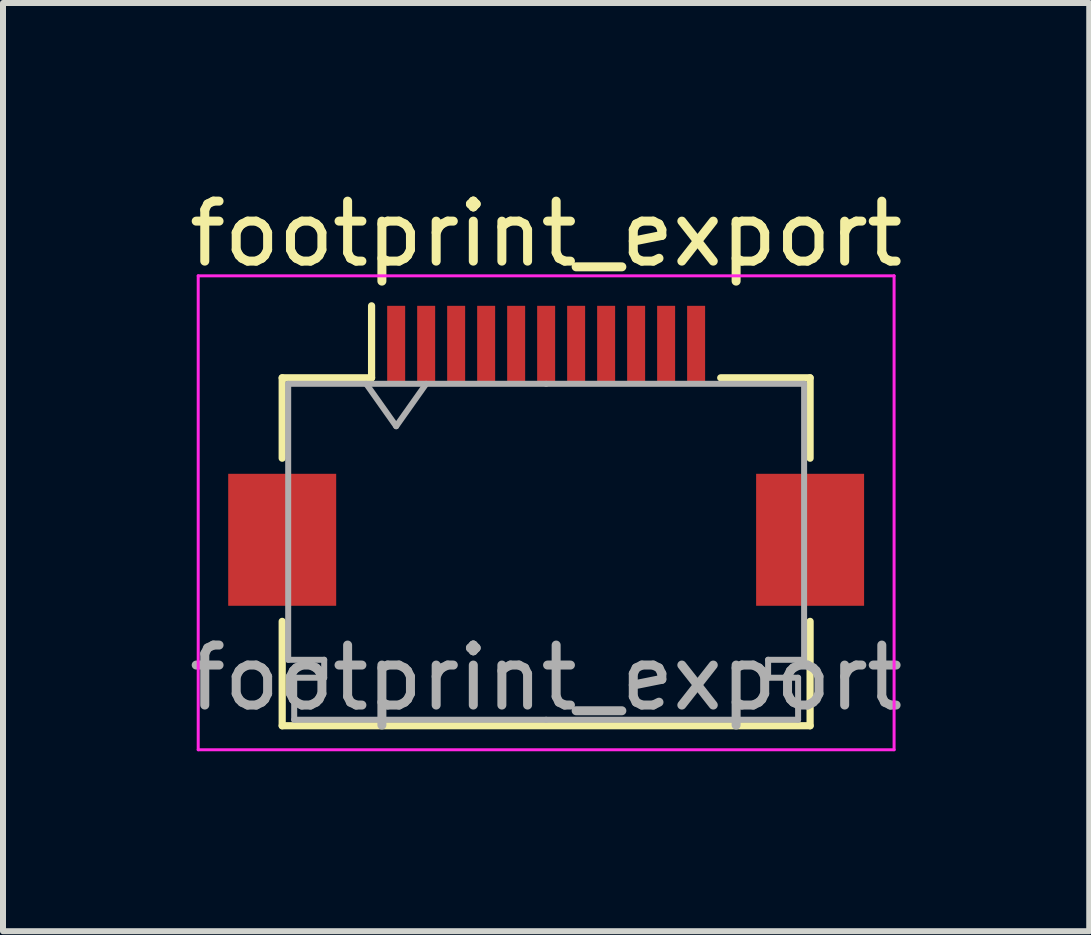
<source format=kicad_pcb>
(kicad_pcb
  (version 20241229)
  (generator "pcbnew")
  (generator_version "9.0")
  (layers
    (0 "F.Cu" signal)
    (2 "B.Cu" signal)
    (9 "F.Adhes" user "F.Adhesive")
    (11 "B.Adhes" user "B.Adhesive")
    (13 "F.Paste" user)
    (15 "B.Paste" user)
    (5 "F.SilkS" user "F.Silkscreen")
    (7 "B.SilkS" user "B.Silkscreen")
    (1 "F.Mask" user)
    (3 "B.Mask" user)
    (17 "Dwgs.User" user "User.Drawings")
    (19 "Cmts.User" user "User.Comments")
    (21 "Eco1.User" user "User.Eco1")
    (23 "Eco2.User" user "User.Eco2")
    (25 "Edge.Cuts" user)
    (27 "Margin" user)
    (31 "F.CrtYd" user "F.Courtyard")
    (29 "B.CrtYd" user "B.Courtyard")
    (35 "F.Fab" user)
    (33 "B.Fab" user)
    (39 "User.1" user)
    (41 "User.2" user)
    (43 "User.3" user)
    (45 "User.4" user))
  (footprint "footprint_export"
    (layer "F.Cu")
    (at 6.054 4.548)
    (property "Reference" "footprint_export" (at 0 -3.7 0) (layer "F.SilkS") (effects (font (size 1 1) (thickness 0.15))))
    (attr smd)
    (fp_line (start -4.4 -1.3) (end -4.4 0.04) (stroke (width 0.12) (type solid)) (layer "F.SilkS"))
    (fp_line (start -4.4 2.76) (end -4.4 4.5) (stroke (width 0.12) (type solid)) (layer "F.SilkS"))
    (fp_line (start -4.4 4.5) (end 4.4 4.5) (stroke (width 0.12) (type solid)) (layer "F.SilkS"))
    (fp_line (start -2.91 -1.3) (end -4.4 -1.3) (stroke (width 0.12) (type solid)) (layer "F.SilkS"))
    (fp_line (start -2.91 -1.3) (end -2.91 -2.5) (stroke (width 0.12) (type solid)) (layer "F.SilkS"))
    (fp_line (start 2.91 -1.3) (end 4.4 -1.3) (stroke (width 0.12) (type solid)) (layer "F.SilkS"))
    (fp_line (start 4.4 -1.3) (end 4.4 0.04) (stroke (width 0.12) (type solid)) (layer "F.SilkS"))
    (fp_line (start 4.4 4.5) (end 4.4 2.76) (stroke (width 0.12) (type solid)) (layer "F.SilkS"))
    (fp_line (start -5.8 -3) (end -5.8 4.9) (stroke (width 0.05) (type solid)) (layer "F.CrtYd"))
    (fp_line (start -5.8 4.9) (end 5.8 4.9) (stroke (width 0.05) (type solid)) (layer "F.CrtYd"))
    (fp_line (start 5.8 -3) (end -5.8 -3) (stroke (width 0.05) (type solid)) (layer "F.CrtYd"))
    (fp_line (start 5.8 4.9) (end 5.8 -3) (stroke (width 0.05) (type solid)) (layer "F.CrtYd"))
    (fp_line (start -4.3 -1.2) (end -4.3 3.4) (stroke (width 0.1) (type solid)) (layer "F.Fab"))
    (fp_line (start -4.3 3.4) (end -3.7 3.4) (stroke (width 0.1) (type solid)) (layer "F.Fab"))
    (fp_line (start -4.2 3.7) (end -4.2 4.4) (stroke (width 0.1) (type solid)) (layer "F.Fab"))
    (fp_line (start -4.2 4.4) (end 0 4.4) (stroke (width 0.1) (type solid)) (layer "F.Fab"))
    (fp_line (start -3.7 3.4) (end -3.7 3.7) (stroke (width 0.1) (type solid)) (layer "F.Fab"))
    (fp_line (start -3.7 3.7) (end -4.2 3.7) (stroke (width 0.1) (type solid)) (layer "F.Fab"))
    (fp_line (start -3 -1.2) (end -2.5 -0.493) (stroke (width 0.1) (type solid)) (layer "F.Fab"))
    (fp_line (start -2.5 -0.493) (end -2 -1.2) (stroke (width 0.1) (type solid)) (layer "F.Fab"))
    (fp_line (start 0 -1.2) (end -4.3 -1.2) (stroke (width 0.1) (type solid)) (layer "F.Fab"))
    (fp_line (start 0 -1.2) (end 4.3 -1.2) (stroke (width 0.1) (type solid)) (layer "F.Fab"))
    (fp_line (start 3.7 3.4) (end 3.7 3.7) (stroke (width 0.1) (type solid)) (layer "F.Fab"))
    (fp_line (start 3.7 3.7) (end 4.2 3.7) (stroke (width 0.1) (type solid)) (layer "F.Fab"))
    (fp_line (start 4.2 3.7) (end 4.2 4.4) (stroke (width 0.1) (type solid)) (layer "F.Fab"))
    (fp_line (start 4.2 4.4) (end 0 4.4) (stroke (width 0.1) (type solid)) (layer "F.Fab"))
    (fp_line (start 4.3 -1.2) (end 4.3 3.4) (stroke (width 0.1) (type solid)) (layer "F.Fab"))
    (fp_line (start 4.3 3.4) (end 3.7 3.4) (stroke (width 0.1) (type solid)) (layer "F.Fab"))
    (fp_text user "${REFERENCE}" (at 0 3.7 0) (layer "F.Fab") (effects (font (size 1 1) (thickness 0.15))))
    (pad "1" smd rect (at -2.5 -1.85) (size 0.3 1.3) (layers "F.Cu" "F.Mask" "F.Paste"))
    (pad "2" smd rect (at -2 -1.85) (size 0.3 1.3) (layers "F.Cu" "F.Mask" "F.Paste"))
    (pad "3" smd rect (at -1.5 -1.85) (size 0.3 1.3) (layers "F.Cu" "F.Mask" "F.Paste"))
    (pad "4" smd rect (at -1 -1.85) (size 0.3 1.3) (layers "F.Cu" "F.Mask" "F.Paste"))
    (pad "5" smd rect (at -0.5 -1.85) (size 0.3 1.3) (layers "F.Cu" "F.Mask" "F.Paste"))
    (pad "6" smd rect (at 0 -1.85) (size 0.3 1.3) (layers "F.Cu" "F.Mask" "F.Paste"))
    (pad "7" smd rect (at 0.5 -1.85) (size 0.3 1.3) (layers "F.Cu" "F.Mask" "F.Paste"))
    (pad "8" smd rect (at 1 -1.85) (size 0.3 1.3) (layers "F.Cu" "F.Mask" "F.Paste"))
    (pad "9" smd rect (at 1.5 -1.85) (size 0.3 1.3) (layers "F.Cu" "F.Mask" "F.Paste"))
    (pad "10" smd rect (at 2 -1.85) (size 0.3 1.3) (layers "F.Cu" "F.Mask" "F.Paste"))
    (pad "11" smd rect (at 2.5 -1.85) (size 0.3 1.3) (layers "F.Cu" "F.Mask" "F.Paste"))
    (pad "MP" smd rect (at -4.4 1.4) (size 1.8 2.2) (layers "F.Cu" "F.Mask" "F.Paste"))
    (pad "MP" smd rect (at 4.4 1.4) (size 1.8 2.2) (layers "F.Cu" "F.Mask" "F.Paste")))
  (gr_rect
    (start -3 -3)
    (end 15.107 12.473)
    (stroke (width 0.1) (type default))
    (fill no)
    (layer "Edge.Cuts")))
</source>
